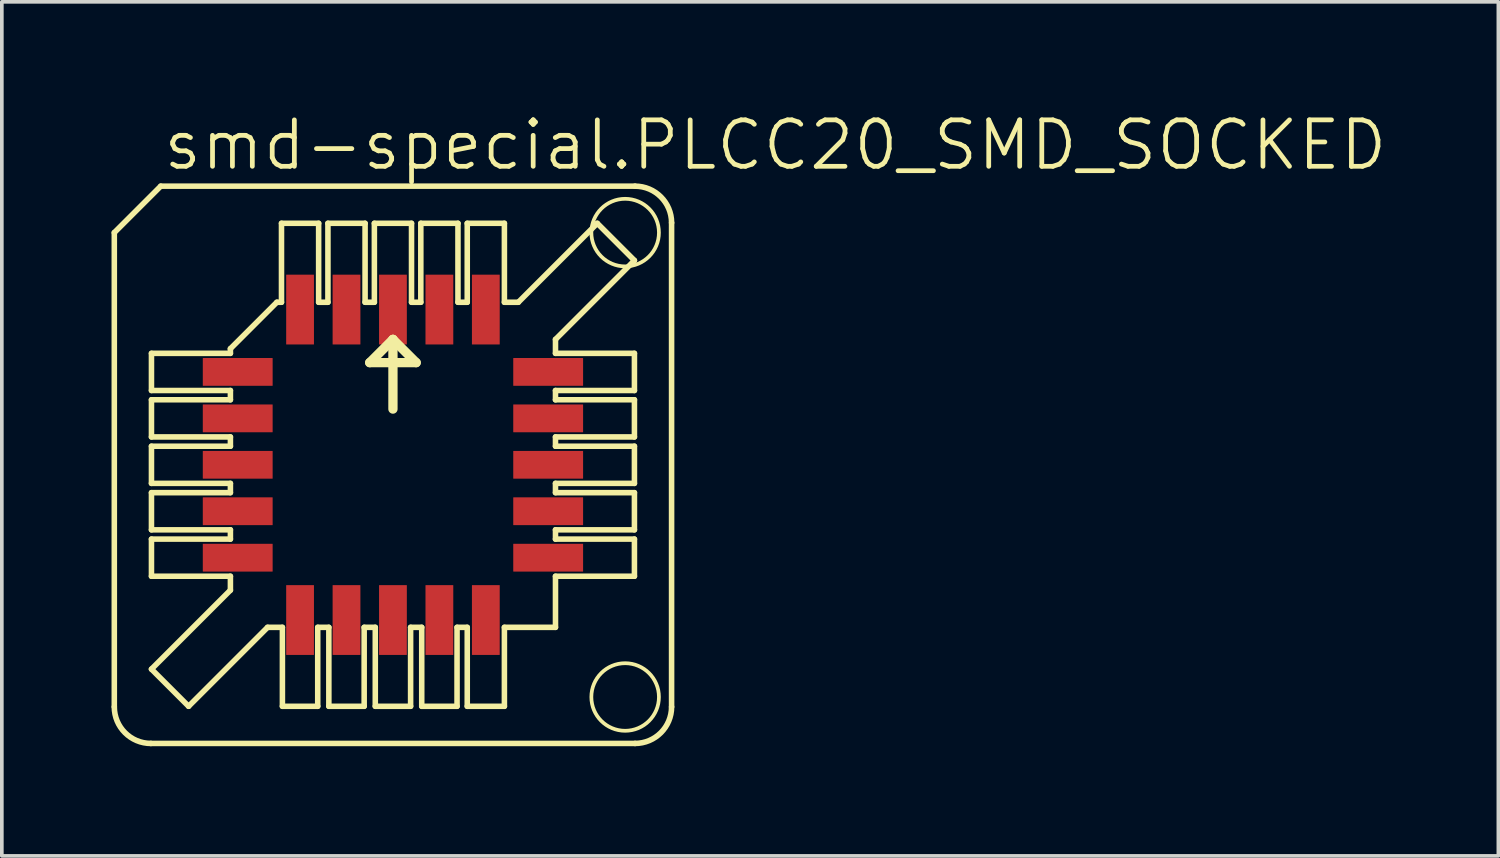
<source format=kicad_pcb>
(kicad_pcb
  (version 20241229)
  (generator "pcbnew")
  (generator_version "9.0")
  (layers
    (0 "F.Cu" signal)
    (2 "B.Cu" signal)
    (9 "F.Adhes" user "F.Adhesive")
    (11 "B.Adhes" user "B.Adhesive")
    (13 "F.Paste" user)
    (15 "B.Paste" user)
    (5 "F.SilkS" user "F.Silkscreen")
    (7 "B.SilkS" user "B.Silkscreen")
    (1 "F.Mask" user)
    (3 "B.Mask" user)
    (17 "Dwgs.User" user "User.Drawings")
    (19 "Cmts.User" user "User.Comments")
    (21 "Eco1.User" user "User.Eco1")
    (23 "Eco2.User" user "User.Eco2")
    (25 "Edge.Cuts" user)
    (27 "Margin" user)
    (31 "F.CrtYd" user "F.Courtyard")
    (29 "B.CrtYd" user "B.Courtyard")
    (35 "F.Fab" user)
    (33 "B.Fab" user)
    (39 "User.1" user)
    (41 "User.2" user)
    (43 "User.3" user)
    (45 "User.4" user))
  (footprint "smd-special.PLCC20_SMD_SOCKED"
    (layer "F.Cu")
    (at 7.696 9.661)
    (property "Reference" "smd-special.PLCC20_SMD_SOCKED" (at -6.35 -8.001 0) (layer "F.SilkS") (effects (font (size 1.27 1.27) (thickness 0.13)) (justify left bottom)))
    (attr smd)
    (fp_line (start -7.62 -6.35) (end -7.62 6.62) (stroke (width 0.152) (type default)) (layer "F.SilkS"))
    (fp_line (start -6.62 7.62) (end 6.62 7.62) (stroke (width 0.152) (type default)) (layer "F.SilkS"))
    (fp_line (start -6.604 -2.032) (end -6.604 -3.048) (stroke (width 0.152) (type default)) (layer "F.SilkS"))
    (fp_line (start -6.604 -2.032) (end -4.445 -2.032) (stroke (width 0.152) (type default)) (layer "F.SilkS"))
    (fp_line (start -6.604 -0.762) (end -6.604 -1.778) (stroke (width 0.152) (type default)) (layer "F.SilkS"))
    (fp_line (start -6.604 -0.762) (end -4.445 -0.762) (stroke (width 0.152) (type default)) (layer "F.SilkS"))
    (fp_line (start -6.604 0.508) (end -6.604 -0.508) (stroke (width 0.152) (type default)) (layer "F.SilkS"))
    (fp_line (start -6.604 0.508) (end -4.445 0.508) (stroke (width 0.152) (type default)) (layer "F.SilkS"))
    (fp_line (start -6.604 1.778) (end -6.604 0.762) (stroke (width 0.152) (type default)) (layer "F.SilkS"))
    (fp_line (start -6.604 1.778) (end -4.445 1.778) (stroke (width 0.152) (type default)) (layer "F.SilkS"))
    (fp_line (start -6.604 3.048) (end -6.604 2.032) (stroke (width 0.152) (type default)) (layer "F.SilkS"))
    (fp_line (start -6.604 3.048) (end -4.445 3.048) (stroke (width 0.152) (type default)) (layer "F.SilkS"))
    (fp_line (start -6.604 5.588) (end -4.445 3.429) (stroke (width 0.152) (type default)) (layer "F.SilkS"))
    (fp_line (start -6.35 -7.62) (end -7.62 -6.35) (stroke (width 0.152) (type default)) (layer "F.SilkS"))
    (fp_line (start -5.588 6.604) (end -6.604 5.588) (stroke (width 0.152) (type default)) (layer "F.SilkS"))
    (fp_line (start -5.588 6.604) (end -3.429 4.445) (stroke (width 0.152) (type default)) (layer "F.SilkS"))
    (fp_line (start -4.445 -3.175) (end -3.175 -4.445) (stroke (width 0.152) (type default)) (layer "F.SilkS"))
    (fp_line (start -4.445 -3.048) (end -6.604 -3.048) (stroke (width 0.152) (type default)) (layer "F.SilkS"))
    (fp_line (start -4.445 -3.048) (end -4.445 -3.175) (stroke (width 0.152) (type default)) (layer "F.SilkS"))
    (fp_line (start -4.445 -1.778) (end -6.604 -1.778) (stroke (width 0.152) (type default)) (layer "F.SilkS"))
    (fp_line (start -4.445 -1.778) (end -4.445 -2.032) (stroke (width 0.152) (type default)) (layer "F.SilkS"))
    (fp_line (start -4.445 -0.508) (end -6.604 -0.508) (stroke (width 0.152) (type default)) (layer "F.SilkS"))
    (fp_line (start -4.445 -0.508) (end -4.445 -0.762) (stroke (width 0.152) (type default)) (layer "F.SilkS"))
    (fp_line (start -4.445 0.762) (end -6.604 0.762) (stroke (width 0.152) (type default)) (layer "F.SilkS"))
    (fp_line (start -4.445 0.762) (end -4.445 0.508) (stroke (width 0.152) (type default)) (layer "F.SilkS"))
    (fp_line (start -4.445 2.032) (end -6.604 2.032) (stroke (width 0.152) (type default)) (layer "F.SilkS"))
    (fp_line (start -4.445 2.032) (end -4.445 1.778) (stroke (width 0.152) (type default)) (layer "F.SilkS"))
    (fp_line (start -4.445 3.429) (end -4.445 3.048) (stroke (width 0.152) (type default)) (layer "F.SilkS"))
    (fp_line (start -3.429 4.445) (end -3.023 4.445) (stroke (width 0.152) (type default)) (layer "F.SilkS"))
    (fp_line (start -3.048 -4.445) (end -3.175 -4.445) (stroke (width 0.152) (type default)) (layer "F.SilkS"))
    (fp_line (start -3.048 -4.445) (end -3.048 -6.604) (stroke (width 0.152) (type default)) (layer "F.SilkS"))
    (fp_line (start -3.023 6.604) (end -3.023 4.445) (stroke (width 0.152) (type default)) (layer "F.SilkS"))
    (fp_line (start -3.023 6.604) (end -2.057 6.604) (stroke (width 0.152) (type default)) (layer "F.SilkS"))
    (fp_line (start -2.057 4.445) (end -2.057 6.604) (stroke (width 0.152) (type default)) (layer "F.SilkS"))
    (fp_line (start -2.057 4.445) (end -1.753 4.445) (stroke (width 0.152) (type default)) (layer "F.SilkS"))
    (fp_line (start -2.032 -6.604) (end -3.048 -6.604) (stroke (width 0.152) (type default)) (layer "F.SilkS"))
    (fp_line (start -2.032 -6.604) (end -2.032 -4.445) (stroke (width 0.152) (type default)) (layer "F.SilkS"))
    (fp_line (start -1.778 -4.445) (end -2.032 -4.445) (stroke (width 0.152) (type default)) (layer "F.SilkS"))
    (fp_line (start -1.778 -4.445) (end -1.778 -6.604) (stroke (width 0.152) (type default)) (layer "F.SilkS"))
    (fp_line (start -1.753 6.604) (end -1.753 4.445) (stroke (width 0.152) (type default)) (layer "F.SilkS"))
    (fp_line (start -1.753 6.604) (end -0.787 6.604) (stroke (width 0.152) (type default)) (layer "F.SilkS"))
    (fp_line (start -0.787 4.445) (end -0.787 6.604) (stroke (width 0.152) (type default)) (layer "F.SilkS"))
    (fp_line (start -0.787 4.445) (end -0.483 4.445) (stroke (width 0.152) (type default)) (layer "F.SilkS"))
    (fp_line (start -0.762 -6.604) (end -1.778 -6.604) (stroke (width 0.152) (type default)) (layer "F.SilkS"))
    (fp_line (start -0.762 -6.604) (end -0.762 -4.445) (stroke (width 0.152) (type default)) (layer "F.SilkS"))
    (fp_line (start -0.635 -2.794) (end 0 -3.429) (stroke (width 0.254) (type default)) (layer "F.SilkS"))
    (fp_line (start -0.508 -4.445) (end -0.762 -4.445) (stroke (width 0.152) (type default)) (layer "F.SilkS"))
    (fp_line (start -0.508 -4.445) (end -0.508 -6.604) (stroke (width 0.152) (type default)) (layer "F.SilkS"))
    (fp_line (start -0.483 6.604) (end -0.483 4.445) (stroke (width 0.152) (type default)) (layer "F.SilkS"))
    (fp_line (start -0.483 6.604) (end 0.483 6.604) (stroke (width 0.152) (type default)) (layer "F.SilkS"))
    (fp_line (start 0 -3.429) (end 0 -1.524) (stroke (width 0.254) (type default)) (layer "F.SilkS"))
    (fp_line (start 0 -3.429) (end 0.635 -2.794) (stroke (width 0.254) (type default)) (layer "F.SilkS"))
    (fp_line (start 0.483 4.445) (end 0.483 6.604) (stroke (width 0.152) (type default)) (layer "F.SilkS"))
    (fp_line (start 0.483 4.445) (end 0.787 4.445) (stroke (width 0.152) (type default)) (layer "F.SilkS"))
    (fp_line (start 0.508 -6.604) (end -0.508 -6.604) (stroke (width 0.152) (type default)) (layer "F.SilkS"))
    (fp_line (start 0.508 -6.604) (end 0.508 -4.445) (stroke (width 0.152) (type default)) (layer "F.SilkS"))
    (fp_line (start 0.635 -2.794) (end -0.635 -2.794) (stroke (width 0.254) (type default)) (layer "F.SilkS"))
    (fp_line (start 0.762 -4.445) (end 0.508 -4.445) (stroke (width 0.152) (type default)) (layer "F.SilkS"))
    (fp_line (start 0.762 -4.445) (end 0.762 -6.604) (stroke (width 0.152) (type default)) (layer "F.SilkS"))
    (fp_line (start 0.787 6.604) (end 0.787 4.445) (stroke (width 0.152) (type default)) (layer "F.SilkS"))
    (fp_line (start 0.787 6.604) (end 1.753 6.604) (stroke (width 0.152) (type default)) (layer "F.SilkS"))
    (fp_line (start 1.753 4.445) (end 1.753 6.604) (stroke (width 0.152) (type default)) (layer "F.SilkS"))
    (fp_line (start 1.753 4.445) (end 2.032 4.445) (stroke (width 0.152) (type default)) (layer "F.SilkS"))
    (fp_line (start 1.778 -6.604) (end 0.762 -6.604) (stroke (width 0.152) (type default)) (layer "F.SilkS"))
    (fp_line (start 1.778 -6.604) (end 1.778 -4.445) (stroke (width 0.152) (type default)) (layer "F.SilkS"))
    (fp_line (start 2.032 -4.445) (end 1.778 -4.445) (stroke (width 0.152) (type default)) (layer "F.SilkS"))
    (fp_line (start 2.032 -4.445) (end 2.032 -6.604) (stroke (width 0.152) (type default)) (layer "F.SilkS"))
    (fp_line (start 2.032 6.604) (end 2.032 4.445) (stroke (width 0.152) (type default)) (layer "F.SilkS"))
    (fp_line (start 2.032 6.604) (end 3.048 6.604) (stroke (width 0.152) (type default)) (layer "F.SilkS"))
    (fp_line (start 3.048 -6.604) (end 2.032 -6.604) (stroke (width 0.152) (type default)) (layer "F.SilkS"))
    (fp_line (start 3.048 -6.604) (end 3.048 -4.445) (stroke (width 0.152) (type default)) (layer "F.SilkS"))
    (fp_line (start 3.048 4.445) (end 3.048 6.604) (stroke (width 0.152) (type default)) (layer "F.SilkS"))
    (fp_line (start 3.048 4.445) (end 4.445 4.445) (stroke (width 0.152) (type default)) (layer "F.SilkS"))
    (fp_line (start 3.429 -4.445) (end 3.048 -4.445) (stroke (width 0.152) (type default)) (layer "F.SilkS"))
    (fp_line (start 4.445 -3.429) (end 4.445 -3.048) (stroke (width 0.152) (type default)) (layer "F.SilkS"))
    (fp_line (start 4.445 -2.032) (end 4.445 -1.778) (stroke (width 0.152) (type default)) (layer "F.SilkS"))
    (fp_line (start 4.445 -2.032) (end 6.604 -2.032) (stroke (width 0.152) (type default)) (layer "F.SilkS"))
    (fp_line (start 4.445 -0.762) (end 4.445 -0.508) (stroke (width 0.152) (type default)) (layer "F.SilkS"))
    (fp_line (start 4.445 -0.762) (end 6.604 -0.762) (stroke (width 0.152) (type default)) (layer "F.SilkS"))
    (fp_line (start 4.445 0.508) (end 4.445 0.762) (stroke (width 0.152) (type default)) (layer "F.SilkS"))
    (fp_line (start 4.445 0.508) (end 6.604 0.508) (stroke (width 0.152) (type default)) (layer "F.SilkS"))
    (fp_line (start 4.445 1.778) (end 4.445 2.032) (stroke (width 0.152) (type default)) (layer "F.SilkS"))
    (fp_line (start 4.445 1.778) (end 6.604 1.778) (stroke (width 0.152) (type default)) (layer "F.SilkS"))
    (fp_line (start 4.445 3.048) (end 4.445 4.445) (stroke (width 0.152) (type default)) (layer "F.SilkS"))
    (fp_line (start 4.445 3.048) (end 6.604 3.048) (stroke (width 0.152) (type default)) (layer "F.SilkS"))
    (fp_line (start 5.588 -6.604) (end 3.429 -4.445) (stroke (width 0.152) (type default)) (layer "F.SilkS"))
    (fp_line (start 6.604 -5.588) (end 4.445 -3.429) (stroke (width 0.152) (type default)) (layer "F.SilkS"))
    (fp_line (start 6.604 -5.588) (end 5.588 -6.604) (stroke (width 0.152) (type default)) (layer "F.SilkS"))
    (fp_line (start 6.604 -3.048) (end 4.445 -3.048) (stroke (width 0.152) (type default)) (layer "F.SilkS"))
    (fp_line (start 6.604 -3.048) (end 6.604 -2.032) (stroke (width 0.152) (type default)) (layer "F.SilkS"))
    (fp_line (start 6.604 -1.778) (end 4.445 -1.778) (stroke (width 0.152) (type default)) (layer "F.SilkS"))
    (fp_line (start 6.604 -1.778) (end 6.604 -0.762) (stroke (width 0.152) (type default)) (layer "F.SilkS"))
    (fp_line (start 6.604 -0.508) (end 4.445 -0.508) (stroke (width 0.152) (type default)) (layer "F.SilkS"))
    (fp_line (start 6.604 -0.508) (end 6.604 0.508) (stroke (width 0.152) (type default)) (layer "F.SilkS"))
    (fp_line (start 6.604 0.762) (end 4.445 0.762) (stroke (width 0.152) (type default)) (layer "F.SilkS"))
    (fp_line (start 6.604 0.762) (end 6.604 1.778) (stroke (width 0.152) (type default)) (layer "F.SilkS"))
    (fp_line (start 6.604 2.032) (end 4.445 2.032) (stroke (width 0.152) (type default)) (layer "F.SilkS"))
    (fp_line (start 6.604 2.032) (end 6.604 3.048) (stroke (width 0.152) (type default)) (layer "F.SilkS"))
    (fp_line (start 6.62 -7.62) (end -6.35 -7.62) (stroke (width 0.152) (type default)) (layer "F.SilkS"))
    (fp_line (start 7.62 6.62) (end 7.62 -6.62) (stroke (width 0.152) (type default)) (layer "F.SilkS"))
    (fp_arc (start -6.62 7.62) (mid -7.327107 7.327107) (end -7.62 6.62) (stroke (width 0.1524) (type default)) (layer "F.SilkS"))
    (fp_arc (start 6.62 -7.62) (mid 7.327107 -7.327107) (end 7.62 -6.62) (stroke (width 0.1524) (type default)) (layer "F.SilkS"))
    (fp_arc (start 7.62 6.62) (mid 7.327107 7.327107) (end 6.62 7.62) (stroke (width 0.1524) (type default)) (layer "F.SilkS"))
    (fp_circle (center 6.35 -6.35) (end 7.274 -6.35) (stroke (width 0.102) (type default)) (fill no) (layer "F.SilkS"))
    (fp_circle (center 6.35 6.35) (end 7.274 6.35) (stroke (width 0.102) (type default)) (fill no) (layer "F.SilkS"))
    (pad "1" smd roundrect (at 0 -4.245) (size 0.76 1.91) (layers "F.Cu" "F.Mask" "F.Paste") (roundrect_rratio 0.01))
    (pad "2" smd roundrect (at -1.27 -4.245) (size 0.76 1.91) (layers "F.Cu" "F.Mask" "F.Paste") (roundrect_rratio 0.01))
    (pad "3" smd roundrect (at -2.54 -4.245) (size 0.76 1.91) (layers "F.Cu" "F.Mask" "F.Paste") (roundrect_rratio 0.01))
    (pad "4" smd roundrect (at -4.245 -2.54) (size 1.91 0.76) (layers "F.Cu" "F.Mask" "F.Paste") (roundrect_rratio 0.01))
    (pad "5" smd roundrect (at -4.245 -1.27) (size 1.91 0.76) (layers "F.Cu" "F.Mask" "F.Paste") (roundrect_rratio 0.01))
    (pad "6" smd roundrect (at -4.245 0) (size 1.91 0.76) (layers "F.Cu" "F.Mask" "F.Paste") (roundrect_rratio 0.01))
    (pad "7" smd roundrect (at -4.245 1.27) (size 1.91 0.76) (layers "F.Cu" "F.Mask" "F.Paste") (roundrect_rratio 0.01))
    (pad "8" smd roundrect (at -4.245 2.54) (size 1.91 0.76) (layers "F.Cu" "F.Mask" "F.Paste") (roundrect_rratio 0.01))
    (pad "9" smd roundrect (at -2.54 4.245) (size 0.76 1.91) (layers "F.Cu" "F.Mask" "F.Paste") (roundrect_rratio 0.01))
    (pad "10" smd roundrect (at -1.27 4.245) (size 0.76 1.91) (layers "F.Cu" "F.Mask" "F.Paste") (roundrect_rratio 0.01))
    (pad "11" smd roundrect (at 0 4.245) (size 0.76 1.91) (layers "F.Cu" "F.Mask" "F.Paste") (roundrect_rratio 0.01))
    (pad "12" smd roundrect (at 1.27 4.245) (size 0.76 1.91) (layers "F.Cu" "F.Mask" "F.Paste") (roundrect_rratio 0.01))
    (pad "13" smd roundrect (at 2.54 4.245) (size 0.76 1.91) (layers "F.Cu" "F.Mask" "F.Paste") (roundrect_rratio 0.01))
    (pad "14" smd roundrect (at 4.245 2.54) (size 1.91 0.76) (layers "F.Cu" "F.Mask" "F.Paste") (roundrect_rratio 0.01))
    (pad "15" smd roundrect (at 4.245 1.27) (size 1.91 0.76) (layers "F.Cu" "F.Mask" "F.Paste") (roundrect_rratio 0.01))
    (pad "16" smd roundrect (at 4.245 0) (size 1.91 0.76) (layers "F.Cu" "F.Mask" "F.Paste") (roundrect_rratio 0.01))
    (pad "17" smd roundrect (at 4.245 -1.27) (size 1.91 0.76) (layers "F.Cu" "F.Mask" "F.Paste") (roundrect_rratio 0.01))
    (pad "18" smd roundrect (at 4.245 -2.54) (size 1.91 0.76) (layers "F.Cu" "F.Mask" "F.Paste") (roundrect_rratio 0.01))
    (pad "19" smd roundrect (at 2.54 -4.245) (size 0.76 1.91) (layers "F.Cu" "F.Mask" "F.Paste") (roundrect_rratio 0.01))
    (pad "20" smd roundrect (at 1.27 -4.245) (size 0.76 1.91) (layers "F.Cu" "F.Mask" "F.Paste") (roundrect_rratio 0.01)))
  (gr_rect
    (start -3 -3)
    (end 37.926 20.357)
    (stroke (width 0.1) (type default))
    (fill no)
    (layer "Edge.Cuts")))
</source>
